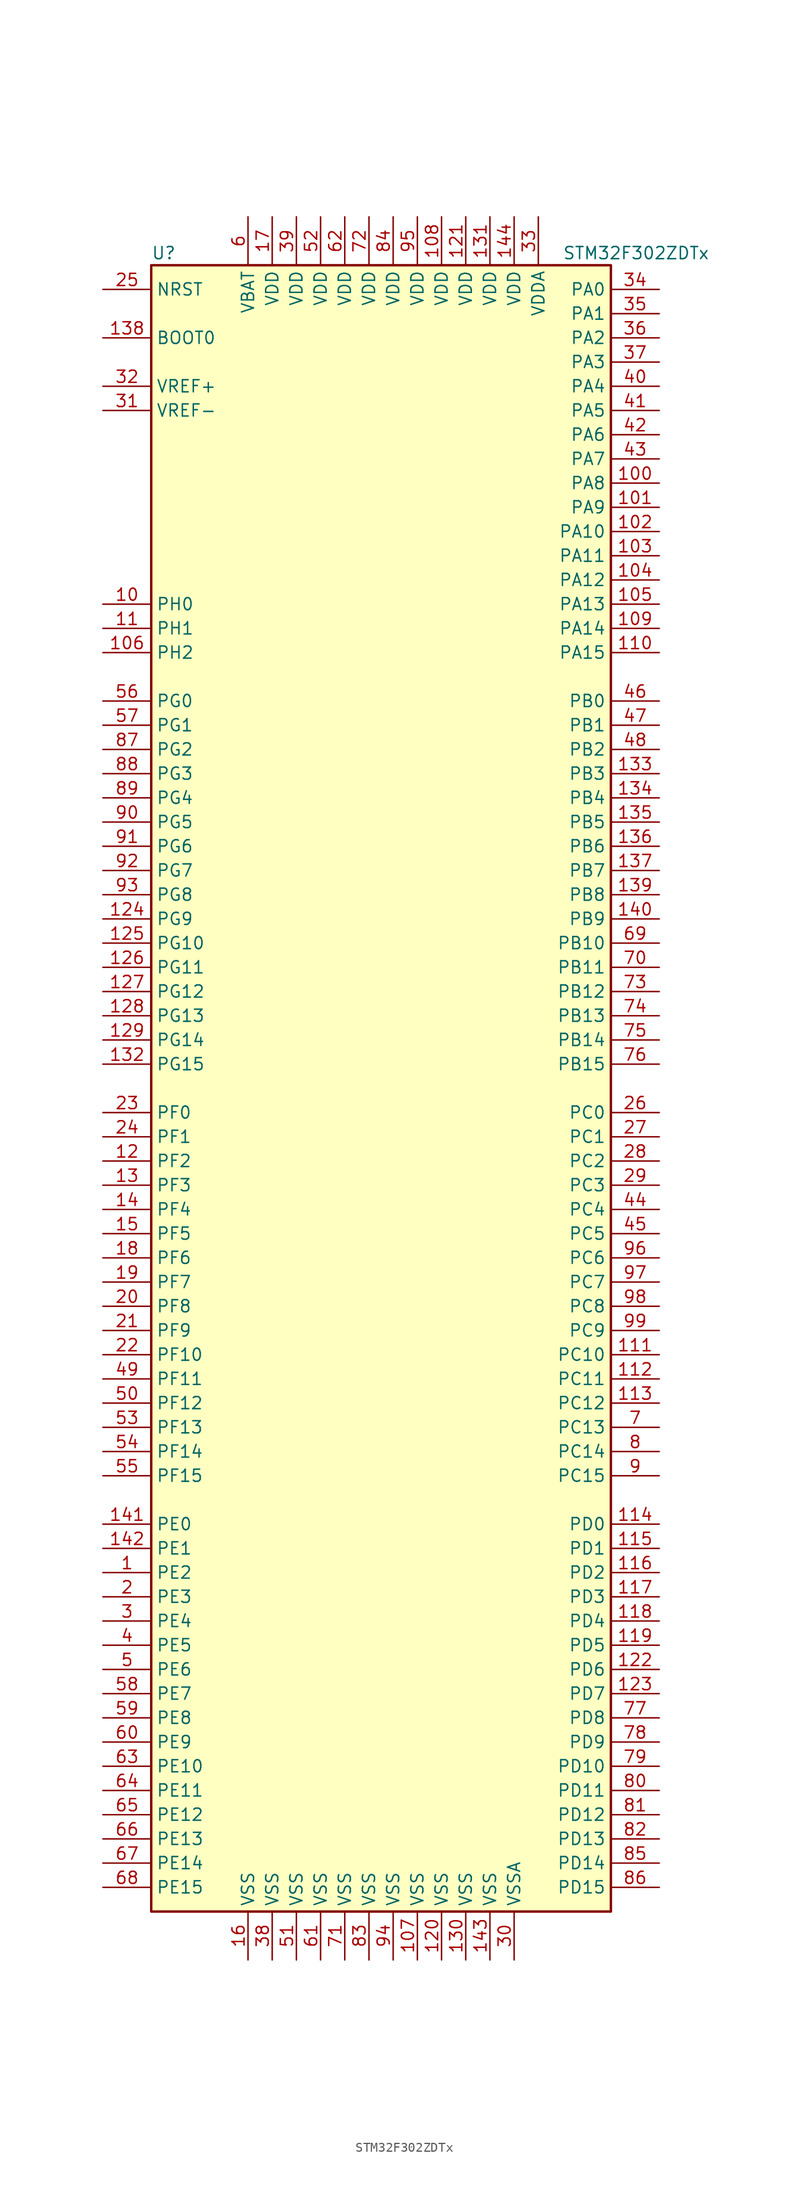
<source format=kicad_sym>
(kicad_symbol_lib
  (version 20201005)
  (generator kicad_symbol_editor)
  (symbol "STM32F302ZDTx"
    (property "Reference" "U"
      (at -25.4 87.63 0)
      (effects (font (size 1.27 1.27)) (justify left)))
    (property "Value" "STM32F302ZDTx"
      (at 17.78 87.63 0)
      (effects (font (size 1.27 1.27)) (justify left)))
    (symbol "STM32F302ZDTx_0_1"
      (rectangle (start -25.4 -86.36) (end 22.86 86.36) (stroke (width 0.254)) (fill (type background))))
    (symbol "STM32F302ZDTx_1_1"
      (pin input line (at -30.48 78.74 0) (length 5.08) (name "BOOT0" (effects (font (size 1.27 1.27)))) (number "138" (effects (font (size 1.27 1.27)))))
      (pin input line (at -30.48 83.82 0) (length 5.08) (name "NRST" (effects (font (size 1.27 1.27)))) (number "25" (effects (font (size 1.27 1.27)))))
      (pin bidirectional line (at 27.94 83.82 180) (length 5.08) (name "PA0" (effects (font (size 1.27 1.27)))) (number "34" (effects (font (size 1.27 1.27)))))
      (pin bidirectional line (at 27.94 81.28 180) (length 5.08) (name "PA1" (effects (font (size 1.27 1.27)))) (number "35" (effects (font (size 1.27 1.27)))))
      (pin bidirectional line (at 27.94 58.42 180) (length 5.08) (name "PA10" (effects (font (size 1.27 1.27)))) (number "102" (effects (font (size 1.27 1.27)))))
      (pin bidirectional line (at 27.94 55.88 180) (length 5.08) (name "PA11" (effects (font (size 1.27 1.27)))) (number "103" (effects (font (size 1.27 1.27)))))
      (pin bidirectional line (at 27.94 53.34 180) (length 5.08) (name "PA12" (effects (font (size 1.27 1.27)))) (number "104" (effects (font (size 1.27 1.27)))))
      (pin bidirectional line (at 27.94 50.8 180) (length 5.08) (name "PA13" (effects (font (size 1.27 1.27)))) (number "105" (effects (font (size 1.27 1.27)))))
      (pin bidirectional line (at 27.94 48.26 180) (length 5.08) (name "PA14" (effects (font (size 1.27 1.27)))) (number "109" (effects (font (size 1.27 1.27)))))
      (pin bidirectional line (at 27.94 45.72 180) (length 5.08) (name "PA15" (effects (font (size 1.27 1.27)))) (number "110" (effects (font (size 1.27 1.27)))))
      (pin bidirectional line (at 27.94 78.74 180) (length 5.08) (name "PA2" (effects (font (size 1.27 1.27)))) (number "36" (effects (font (size 1.27 1.27)))))
      (pin bidirectional line (at 27.94 76.2 180) (length 5.08) (name "PA3" (effects (font (size 1.27 1.27)))) (number "37" (effects (font (size 1.27 1.27)))))
      (pin bidirectional line (at 27.94 73.66 180) (length 5.08) (name "PA4" (effects (font (size 1.27 1.27)))) (number "40" (effects (font (size 1.27 1.27)))))
      (pin bidirectional line (at 27.94 71.12 180) (length 5.08) (name "PA5" (effects (font (size 1.27 1.27)))) (number "41" (effects (font (size 1.27 1.27)))))
      (pin bidirectional line (at 27.94 68.58 180) (length 5.08) (name "PA6" (effects (font (size 1.27 1.27)))) (number "42" (effects (font (size 1.27 1.27)))))
      (pin bidirectional line (at 27.94 66.04 180) (length 5.08) (name "PA7" (effects (font (size 1.27 1.27)))) (number "43" (effects (font (size 1.27 1.27)))))
      (pin bidirectional line (at 27.94 63.5 180) (length 5.08) (name "PA8" (effects (font (size 1.27 1.27)))) (number "100" (effects (font (size 1.27 1.27)))))
      (pin bidirectional line (at 27.94 60.96 180) (length 5.08) (name "PA9" (effects (font (size 1.27 1.27)))) (number "101" (effects (font (size 1.27 1.27)))))
      (pin bidirectional line (at 27.94 40.64 180) (length 5.08) (name "PB0" (effects (font (size 1.27 1.27)))) (number "46" (effects (font (size 1.27 1.27)))))
      (pin bidirectional line (at 27.94 38.1 180) (length 5.08) (name "PB1" (effects (font (size 1.27 1.27)))) (number "47" (effects (font (size 1.27 1.27)))))
      (pin bidirectional line (at 27.94 15.24 180) (length 5.08) (name "PB10" (effects (font (size 1.27 1.27)))) (number "69" (effects (font (size 1.27 1.27)))))
      (pin bidirectional line (at 27.94 12.7 180) (length 5.08) (name "PB11" (effects (font (size 1.27 1.27)))) (number "70" (effects (font (size 1.27 1.27)))))
      (pin bidirectional line (at 27.94 10.16 180) (length 5.08) (name "PB12" (effects (font (size 1.27 1.27)))) (number "73" (effects (font (size 1.27 1.27)))))
      (pin bidirectional line (at 27.94 7.62 180) (length 5.08) (name "PB13" (effects (font (size 1.27 1.27)))) (number "74" (effects (font (size 1.27 1.27)))))
      (pin bidirectional line (at 27.94 5.08 180) (length 5.08) (name "PB14" (effects (font (size 1.27 1.27)))) (number "75" (effects (font (size 1.27 1.27)))))
      (pin bidirectional line (at 27.94 2.54 180) (length 5.08) (name "PB15" (effects (font (size 1.27 1.27)))) (number "76" (effects (font (size 1.27 1.27)))))
      (pin bidirectional line (at 27.94 35.56 180) (length 5.08) (name "PB2" (effects (font (size 1.27 1.27)))) (number "48" (effects (font (size 1.27 1.27)))))
      (pin bidirectional line (at 27.94 33.02 180) (length 5.08) (name "PB3" (effects (font (size 1.27 1.27)))) (number "133" (effects (font (size 1.27 1.27)))))
      (pin bidirectional line (at 27.94 30.48 180) (length 5.08) (name "PB4" (effects (font (size 1.27 1.27)))) (number "134" (effects (font (size 1.27 1.27)))))
      (pin bidirectional line (at 27.94 27.94 180) (length 5.08) (name "PB5" (effects (font (size 1.27 1.27)))) (number "135" (effects (font (size 1.27 1.27)))))
      (pin bidirectional line (at 27.94 25.4 180) (length 5.08) (name "PB6" (effects (font (size 1.27 1.27)))) (number "136" (effects (font (size 1.27 1.27)))))
      (pin bidirectional line (at 27.94 22.86 180) (length 5.08) (name "PB7" (effects (font (size 1.27 1.27)))) (number "137" (effects (font (size 1.27 1.27)))))
      (pin bidirectional line (at 27.94 20.32 180) (length 5.08) (name "PB8" (effects (font (size 1.27 1.27)))) (number "139" (effects (font (size 1.27 1.27)))))
      (pin bidirectional line (at 27.94 17.78 180) (length 5.08) (name "PB9" (effects (font (size 1.27 1.27)))) (number "140" (effects (font (size 1.27 1.27)))))
      (pin bidirectional line (at 27.94 -2.54 180) (length 5.08) (name "PC0" (effects (font (size 1.27 1.27)))) (number "26" (effects (font (size 1.27 1.27)))))
      (pin bidirectional line (at 27.94 -5.08 180) (length 5.08) (name "PC1" (effects (font (size 1.27 1.27)))) (number "27" (effects (font (size 1.27 1.27)))))
      (pin bidirectional line (at 27.94 -27.94 180) (length 5.08) (name "PC10" (effects (font (size 1.27 1.27)))) (number "111" (effects (font (size 1.27 1.27)))))
      (pin bidirectional line (at 27.94 -30.48 180) (length 5.08) (name "PC11" (effects (font (size 1.27 1.27)))) (number "112" (effects (font (size 1.27 1.27)))))
      (pin bidirectional line (at 27.94 -33.02 180) (length 5.08) (name "PC12" (effects (font (size 1.27 1.27)))) (number "113" (effects (font (size 1.27 1.27)))))
      (pin bidirectional line (at 27.94 -35.56 180) (length 5.08) (name "PC13" (effects (font (size 1.27 1.27)))) (number "7" (effects (font (size 1.27 1.27)))))
      (pin bidirectional line (at 27.94 -38.1 180) (length 5.08) (name "PC14" (effects (font (size 1.27 1.27)))) (number "8" (effects (font (size 1.27 1.27)))))
      (pin bidirectional line (at 27.94 -40.64 180) (length 5.08) (name "PC15" (effects (font (size 1.27 1.27)))) (number "9" (effects (font (size 1.27 1.27)))))
      (pin bidirectional line (at 27.94 -7.62 180) (length 5.08) (name "PC2" (effects (font (size 1.27 1.27)))) (number "28" (effects (font (size 1.27 1.27)))))
      (pin bidirectional line (at 27.94 -10.16 180) (length 5.08) (name "PC3" (effects (font (size 1.27 1.27)))) (number "29" (effects (font (size 1.27 1.27)))))
      (pin bidirectional line (at 27.94 -12.7 180) (length 5.08) (name "PC4" (effects (font (size 1.27 1.27)))) (number "44" (effects (font (size 1.27 1.27)))))
      (pin bidirectional line (at 27.94 -15.24 180) (length 5.08) (name "PC5" (effects (font (size 1.27 1.27)))) (number "45" (effects (font (size 1.27 1.27)))))
      (pin bidirectional line (at 27.94 -17.78 180) (length 5.08) (name "PC6" (effects (font (size 1.27 1.27)))) (number "96" (effects (font (size 1.27 1.27)))))
      (pin bidirectional line (at 27.94 -20.32 180) (length 5.08) (name "PC7" (effects (font (size 1.27 1.27)))) (number "97" (effects (font (size 1.27 1.27)))))
      (pin bidirectional line (at 27.94 -22.86 180) (length 5.08) (name "PC8" (effects (font (size 1.27 1.27)))) (number "98" (effects (font (size 1.27 1.27)))))
      (pin bidirectional line (at 27.94 -25.4 180) (length 5.08) (name "PC9" (effects (font (size 1.27 1.27)))) (number "99" (effects (font (size 1.27 1.27)))))
      (pin bidirectional line (at 27.94 -45.72 180) (length 5.08) (name "PD0" (effects (font (size 1.27 1.27)))) (number "114" (effects (font (size 1.27 1.27)))))
      (pin bidirectional line (at 27.94 -48.26 180) (length 5.08) (name "PD1" (effects (font (size 1.27 1.27)))) (number "115" (effects (font (size 1.27 1.27)))))
      (pin bidirectional line (at 27.94 -71.12 180) (length 5.08) (name "PD10" (effects (font (size 1.27 1.27)))) (number "79" (effects (font (size 1.27 1.27)))))
      (pin bidirectional line (at 27.94 -73.66 180) (length 5.08) (name "PD11" (effects (font (size 1.27 1.27)))) (number "80" (effects (font (size 1.27 1.27)))))
      (pin bidirectional line (at 27.94 -76.2 180) (length 5.08) (name "PD12" (effects (font (size 1.27 1.27)))) (number "81" (effects (font (size 1.27 1.27)))))
      (pin bidirectional line (at 27.94 -78.74 180) (length 5.08) (name "PD13" (effects (font (size 1.27 1.27)))) (number "82" (effects (font (size 1.27 1.27)))))
      (pin bidirectional line (at 27.94 -81.28 180) (length 5.08) (name "PD14" (effects (font (size 1.27 1.27)))) (number "85" (effects (font (size 1.27 1.27)))))
      (pin bidirectional line (at 27.94 -83.82 180) (length 5.08) (name "PD15" (effects (font (size 1.27 1.27)))) (number "86" (effects (font (size 1.27 1.27)))))
      (pin bidirectional line (at 27.94 -50.8 180) (length 5.08) (name "PD2" (effects (font (size 1.27 1.27)))) (number "116" (effects (font (size 1.27 1.27)))))
      (pin bidirectional line (at 27.94 -53.34 180) (length 5.08) (name "PD3" (effects (font (size 1.27 1.27)))) (number "117" (effects (font (size 1.27 1.27)))))
      (pin bidirectional line (at 27.94 -55.88 180) (length 5.08) (name "PD4" (effects (font (size 1.27 1.27)))) (number "118" (effects (font (size 1.27 1.27)))))
      (pin bidirectional line (at 27.94 -58.42 180) (length 5.08) (name "PD5" (effects (font (size 1.27 1.27)))) (number "119" (effects (font (size 1.27 1.27)))))
      (pin bidirectional line (at 27.94 -60.96 180) (length 5.08) (name "PD6" (effects (font (size 1.27 1.27)))) (number "122" (effects (font (size 1.27 1.27)))))
      (pin bidirectional line (at 27.94 -63.5 180) (length 5.08) (name "PD7" (effects (font (size 1.27 1.27)))) (number "123" (effects (font (size 1.27 1.27)))))
      (pin bidirectional line (at 27.94 -66.04 180) (length 5.08) (name "PD8" (effects (font (size 1.27 1.27)))) (number "77" (effects (font (size 1.27 1.27)))))
      (pin bidirectional line (at 27.94 -68.58 180) (length 5.08) (name "PD9" (effects (font (size 1.27 1.27)))) (number "78" (effects (font (size 1.27 1.27)))))
      (pin bidirectional line (at -30.48 -45.72 0) (length 5.08) (name "PE0" (effects (font (size 1.27 1.27)))) (number "141" (effects (font (size 1.27 1.27)))))
      (pin bidirectional line (at -30.48 -48.26 0) (length 5.08) (name "PE1" (effects (font (size 1.27 1.27)))) (number "142" (effects (font (size 1.27 1.27)))))
      (pin bidirectional line (at -30.48 -71.12 0) (length 5.08) (name "PE10" (effects (font (size 1.27 1.27)))) (number "63" (effects (font (size 1.27 1.27)))))
      (pin bidirectional line (at -30.48 -73.66 0) (length 5.08) (name "PE11" (effects (font (size 1.27 1.27)))) (number "64" (effects (font (size 1.27 1.27)))))
      (pin bidirectional line (at -30.48 -76.2 0) (length 5.08) (name "PE12" (effects (font (size 1.27 1.27)))) (number "65" (effects (font (size 1.27 1.27)))))
      (pin bidirectional line (at -30.48 -78.74 0) (length 5.08) (name "PE13" (effects (font (size 1.27 1.27)))) (number "66" (effects (font (size 1.27 1.27)))))
      (pin bidirectional line (at -30.48 -81.28 0) (length 5.08) (name "PE14" (effects (font (size 1.27 1.27)))) (number "67" (effects (font (size 1.27 1.27)))))
      (pin bidirectional line (at -30.48 -83.82 0) (length 5.08) (name "PE15" (effects (font (size 1.27 1.27)))) (number "68" (effects (font (size 1.27 1.27)))))
      (pin bidirectional line (at -30.48 -50.8 0) (length 5.08) (name "PE2" (effects (font (size 1.27 1.27)))) (number "1" (effects (font (size 1.27 1.27)))))
      (pin bidirectional line (at -30.48 -53.34 0) (length 5.08) (name "PE3" (effects (font (size 1.27 1.27)))) (number "2" (effects (font (size 1.27 1.27)))))
      (pin bidirectional line (at -30.48 -55.88 0) (length 5.08) (name "PE4" (effects (font (size 1.27 1.27)))) (number "3" (effects (font (size 1.27 1.27)))))
      (pin bidirectional line (at -30.48 -58.42 0) (length 5.08) (name "PE5" (effects (font (size 1.27 1.27)))) (number "4" (effects (font (size 1.27 1.27)))))
      (pin bidirectional line (at -30.48 -60.96 0) (length 5.08) (name "PE6" (effects (font (size 1.27 1.27)))) (number "5" (effects (font (size 1.27 1.27)))))
      (pin bidirectional line (at -30.48 -63.5 0) (length 5.08) (name "PE7" (effects (font (size 1.27 1.27)))) (number "58" (effects (font (size 1.27 1.27)))))
      (pin bidirectional line (at -30.48 -66.04 0) (length 5.08) (name "PE8" (effects (font (size 1.27 1.27)))) (number "59" (effects (font (size 1.27 1.27)))))
      (pin bidirectional line (at -30.48 -68.58 0) (length 5.08) (name "PE9" (effects (font (size 1.27 1.27)))) (number "60" (effects (font (size 1.27 1.27)))))
      (pin input line (at -30.48 -2.54 0) (length 5.08) (name "PF0" (effects (font (size 1.27 1.27)))) (number "23" (effects (font (size 1.27 1.27)))))
      (pin input line (at -30.48 -5.08 0) (length 5.08) (name "PF1" (effects (font (size 1.27 1.27)))) (number "24" (effects (font (size 1.27 1.27)))))
      (pin bidirectional line (at -30.48 -27.94 0) (length 5.08) (name "PF10" (effects (font (size 1.27 1.27)))) (number "22" (effects (font (size 1.27 1.27)))))
      (pin bidirectional line (at -30.48 -30.48 0) (length 5.08) (name "PF11" (effects (font (size 1.27 1.27)))) (number "49" (effects (font (size 1.27 1.27)))))
      (pin bidirectional line (at -30.48 -33.02 0) (length 5.08) (name "PF12" (effects (font (size 1.27 1.27)))) (number "50" (effects (font (size 1.27 1.27)))))
      (pin bidirectional line (at -30.48 -35.56 0) (length 5.08) (name "PF13" (effects (font (size 1.27 1.27)))) (number "53" (effects (font (size 1.27 1.27)))))
      (pin bidirectional line (at -30.48 -38.1 0) (length 5.08) (name "PF14" (effects (font (size 1.27 1.27)))) (number "54" (effects (font (size 1.27 1.27)))))
      (pin bidirectional line (at -30.48 -40.64 0) (length 5.08) (name "PF15" (effects (font (size 1.27 1.27)))) (number "55" (effects (font (size 1.27 1.27)))))
      (pin bidirectional line (at -30.48 -7.62 0) (length 5.08) (name "PF2" (effects (font (size 1.27 1.27)))) (number "12" (effects (font (size 1.27 1.27)))))
      (pin bidirectional line (at -30.48 -10.16 0) (length 5.08) (name "PF3" (effects (font (size 1.27 1.27)))) (number "13" (effects (font (size 1.27 1.27)))))
      (pin bidirectional line (at -30.48 -12.7 0) (length 5.08) (name "PF4" (effects (font (size 1.27 1.27)))) (number "14" (effects (font (size 1.27 1.27)))))
      (pin bidirectional line (at -30.48 -15.24 0) (length 5.08) (name "PF5" (effects (font (size 1.27 1.27)))) (number "15" (effects (font (size 1.27 1.27)))))
      (pin bidirectional line (at -30.48 -17.78 0) (length 5.08) (name "PF6" (effects (font (size 1.27 1.27)))) (number "18" (effects (font (size 1.27 1.27)))))
      (pin bidirectional line (at -30.48 -20.32 0) (length 5.08) (name "PF7" (effects (font (size 1.27 1.27)))) (number "19" (effects (font (size 1.27 1.27)))))
      (pin bidirectional line (at -30.48 -22.86 0) (length 5.08) (name "PF8" (effects (font (size 1.27 1.27)))) (number "20" (effects (font (size 1.27 1.27)))))
      (pin bidirectional line (at -30.48 -25.4 0) (length 5.08) (name "PF9" (effects (font (size 1.27 1.27)))) (number "21" (effects (font (size 1.27 1.27)))))
      (pin bidirectional line (at -30.48 40.64 0) (length 5.08) (name "PG0" (effects (font (size 1.27 1.27)))) (number "56" (effects (font (size 1.27 1.27)))))
      (pin bidirectional line (at -30.48 38.1 0) (length 5.08) (name "PG1" (effects (font (size 1.27 1.27)))) (number "57" (effects (font (size 1.27 1.27)))))
      (pin bidirectional line (at -30.48 15.24 0) (length 5.08) (name "PG10" (effects (font (size 1.27 1.27)))) (number "125" (effects (font (size 1.27 1.27)))))
      (pin bidirectional line (at -30.48 12.7 0) (length 5.08) (name "PG11" (effects (font (size 1.27 1.27)))) (number "126" (effects (font (size 1.27 1.27)))))
      (pin bidirectional line (at -30.48 10.16 0) (length 5.08) (name "PG12" (effects (font (size 1.27 1.27)))) (number "127" (effects (font (size 1.27 1.27)))))
      (pin bidirectional line (at -30.48 7.62 0) (length 5.08) (name "PG13" (effects (font (size 1.27 1.27)))) (number "128" (effects (font (size 1.27 1.27)))))
      (pin bidirectional line (at -30.48 5.08 0) (length 5.08) (name "PG14" (effects (font (size 1.27 1.27)))) (number "129" (effects (font (size 1.27 1.27)))))
      (pin bidirectional line (at -30.48 2.54 0) (length 5.08) (name "PG15" (effects (font (size 1.27 1.27)))) (number "132" (effects (font (size 1.27 1.27)))))
      (pin bidirectional line (at -30.48 35.56 0) (length 5.08) (name "PG2" (effects (font (size 1.27 1.27)))) (number "87" (effects (font (size 1.27 1.27)))))
      (pin bidirectional line (at -30.48 33.02 0) (length 5.08) (name "PG3" (effects (font (size 1.27 1.27)))) (number "88" (effects (font (size 1.27 1.27)))))
      (pin bidirectional line (at -30.48 30.48 0) (length 5.08) (name "PG4" (effects (font (size 1.27 1.27)))) (number "89" (effects (font (size 1.27 1.27)))))
      (pin bidirectional line (at -30.48 27.94 0) (length 5.08) (name "PG5" (effects (font (size 1.27 1.27)))) (number "90" (effects (font (size 1.27 1.27)))))
      (pin bidirectional line (at -30.48 25.4 0) (length 5.08) (name "PG6" (effects (font (size 1.27 1.27)))) (number "91" (effects (font (size 1.27 1.27)))))
      (pin bidirectional line (at -30.48 22.86 0) (length 5.08) (name "PG7" (effects (font (size 1.27 1.27)))) (number "92" (effects (font (size 1.27 1.27)))))
      (pin bidirectional line (at -30.48 20.32 0) (length 5.08) (name "PG8" (effects (font (size 1.27 1.27)))) (number "93" (effects (font (size 1.27 1.27)))))
      (pin bidirectional line (at -30.48 17.78 0) (length 5.08) (name "PG9" (effects (font (size 1.27 1.27)))) (number "124" (effects (font (size 1.27 1.27)))))
      (pin bidirectional line (at -30.48 50.8 0) (length 5.08) (name "PH0" (effects (font (size 1.27 1.27)))) (number "10" (effects (font (size 1.27 1.27)))))
      (pin bidirectional line (at -30.48 48.26 0) (length 5.08) (name "PH1" (effects (font (size 1.27 1.27)))) (number "11" (effects (font (size 1.27 1.27)))))
      (pin bidirectional line (at -30.48 45.72 0) (length 5.08) (name "PH2" (effects (font (size 1.27 1.27)))) (number "106" (effects (font (size 1.27 1.27)))))
      (pin power_in line (at -15.24 91.44 270) (length 5.08) (name "VBAT" (effects (font (size 1.27 1.27)))) (number "6" (effects (font (size 1.27 1.27)))))
      (pin power_in line (at 5.08 91.44 270) (length 5.08) (name "VDD" (effects (font (size 1.27 1.27)))) (number "108" (effects (font (size 1.27 1.27)))))
      (pin power_in line (at 7.62 91.44 270) (length 5.08) (name "VDD" (effects (font (size 1.27 1.27)))) (number "121" (effects (font (size 1.27 1.27)))))
      (pin power_in line (at 10.16 91.44 270) (length 5.08) (name "VDD" (effects (font (size 1.27 1.27)))) (number "131" (effects (font (size 1.27 1.27)))))
      (pin power_in line (at 12.7 91.44 270) (length 5.08) (name "VDD" (effects (font (size 1.27 1.27)))) (number "144" (effects (font (size 1.27 1.27)))))
      (pin power_in line (at -12.7 91.44 270) (length 5.08) (name "VDD" (effects (font (size 1.27 1.27)))) (number "17" (effects (font (size 1.27 1.27)))))
      (pin power_in line (at -10.16 91.44 270) (length 5.08) (name "VDD" (effects (font (size 1.27 1.27)))) (number "39" (effects (font (size 1.27 1.27)))))
      (pin power_in line (at -7.62 91.44 270) (length 5.08) (name "VDD" (effects (font (size 1.27 1.27)))) (number "52" (effects (font (size 1.27 1.27)))))
      (pin power_in line (at -5.08 91.44 270) (length 5.08) (name "VDD" (effects (font (size 1.27 1.27)))) (number "62" (effects (font (size 1.27 1.27)))))
      (pin power_in line (at -2.54 91.44 270) (length 5.08) (name "VDD" (effects (font (size 1.27 1.27)))) (number "72" (effects (font (size 1.27 1.27)))))
      (pin power_in line (at 0 91.44 270) (length 5.08) (name "VDD" (effects (font (size 1.27 1.27)))) (number "84" (effects (font (size 1.27 1.27)))))
      (pin power_in line (at 2.54 91.44 270) (length 5.08) (name "VDD" (effects (font (size 1.27 1.27)))) (number "95" (effects (font (size 1.27 1.27)))))
      (pin power_in line (at 15.24 91.44 270) (length 5.08) (name "VDDA" (effects (font (size 1.27 1.27)))) (number "33" (effects (font (size 1.27 1.27)))))
      (pin power_in line (at -30.48 73.66 0) (length 5.08) (name "VREF+" (effects (font (size 1.27 1.27)))) (number "32" (effects (font (size 1.27 1.27)))))
      (pin power_in line (at -30.48 71.12 0) (length 5.08) (name "VREF-" (effects (font (size 1.27 1.27)))) (number "31" (effects (font (size 1.27 1.27)))))
      (pin power_in line (at 2.54 -91.44 90) (length 5.08) (name "VSS" (effects (font (size 1.27 1.27)))) (number "107" (effects (font (size 1.27 1.27)))))
      (pin power_in line (at 5.08 -91.44 90) (length 5.08) (name "VSS" (effects (font (size 1.27 1.27)))) (number "120" (effects (font (size 1.27 1.27)))))
      (pin power_in line (at 7.62 -91.44 90) (length 5.08) (name "VSS" (effects (font (size 1.27 1.27)))) (number "130" (effects (font (size 1.27 1.27)))))
      (pin power_in line (at 10.16 -91.44 90) (length 5.08) (name "VSS" (effects (font (size 1.27 1.27)))) (number "143" (effects (font (size 1.27 1.27)))))
      (pin power_in line (at -15.24 -91.44 90) (length 5.08) (name "VSS" (effects (font (size 1.27 1.27)))) (number "16" (effects (font (size 1.27 1.27)))))
      (pin power_in line (at -12.7 -91.44 90) (length 5.08) (name "VSS" (effects (font (size 1.27 1.27)))) (number "38" (effects (font (size 1.27 1.27)))))
      (pin power_in line (at -10.16 -91.44 90) (length 5.08) (name "VSS" (effects (font (size 1.27 1.27)))) (number "51" (effects (font (size 1.27 1.27)))))
      (pin power_in line (at -7.62 -91.44 90) (length 5.08) (name "VSS" (effects (font (size 1.27 1.27)))) (number "61" (effects (font (size 1.27 1.27)))))
      (pin power_in line (at -5.08 -91.44 90) (length 5.08) (name "VSS" (effects (font (size 1.27 1.27)))) (number "71" (effects (font (size 1.27 1.27)))))
      (pin power_in line (at -2.54 -91.44 90) (length 5.08) (name "VSS" (effects (font (size 1.27 1.27)))) (number "83" (effects (font (size 1.27 1.27)))))
      (pin power_in line (at 0 -91.44 90) (length 5.08) (name "VSS" (effects (font (size 1.27 1.27)))) (number "94" (effects (font (size 1.27 1.27)))))
      (pin power_in line (at 12.7 -91.44 90) (length 5.08) (name "VSSA" (effects (font (size 1.27 1.27)))) (number "30" (effects (font (size 1.27 1.27))))))))
</source>
